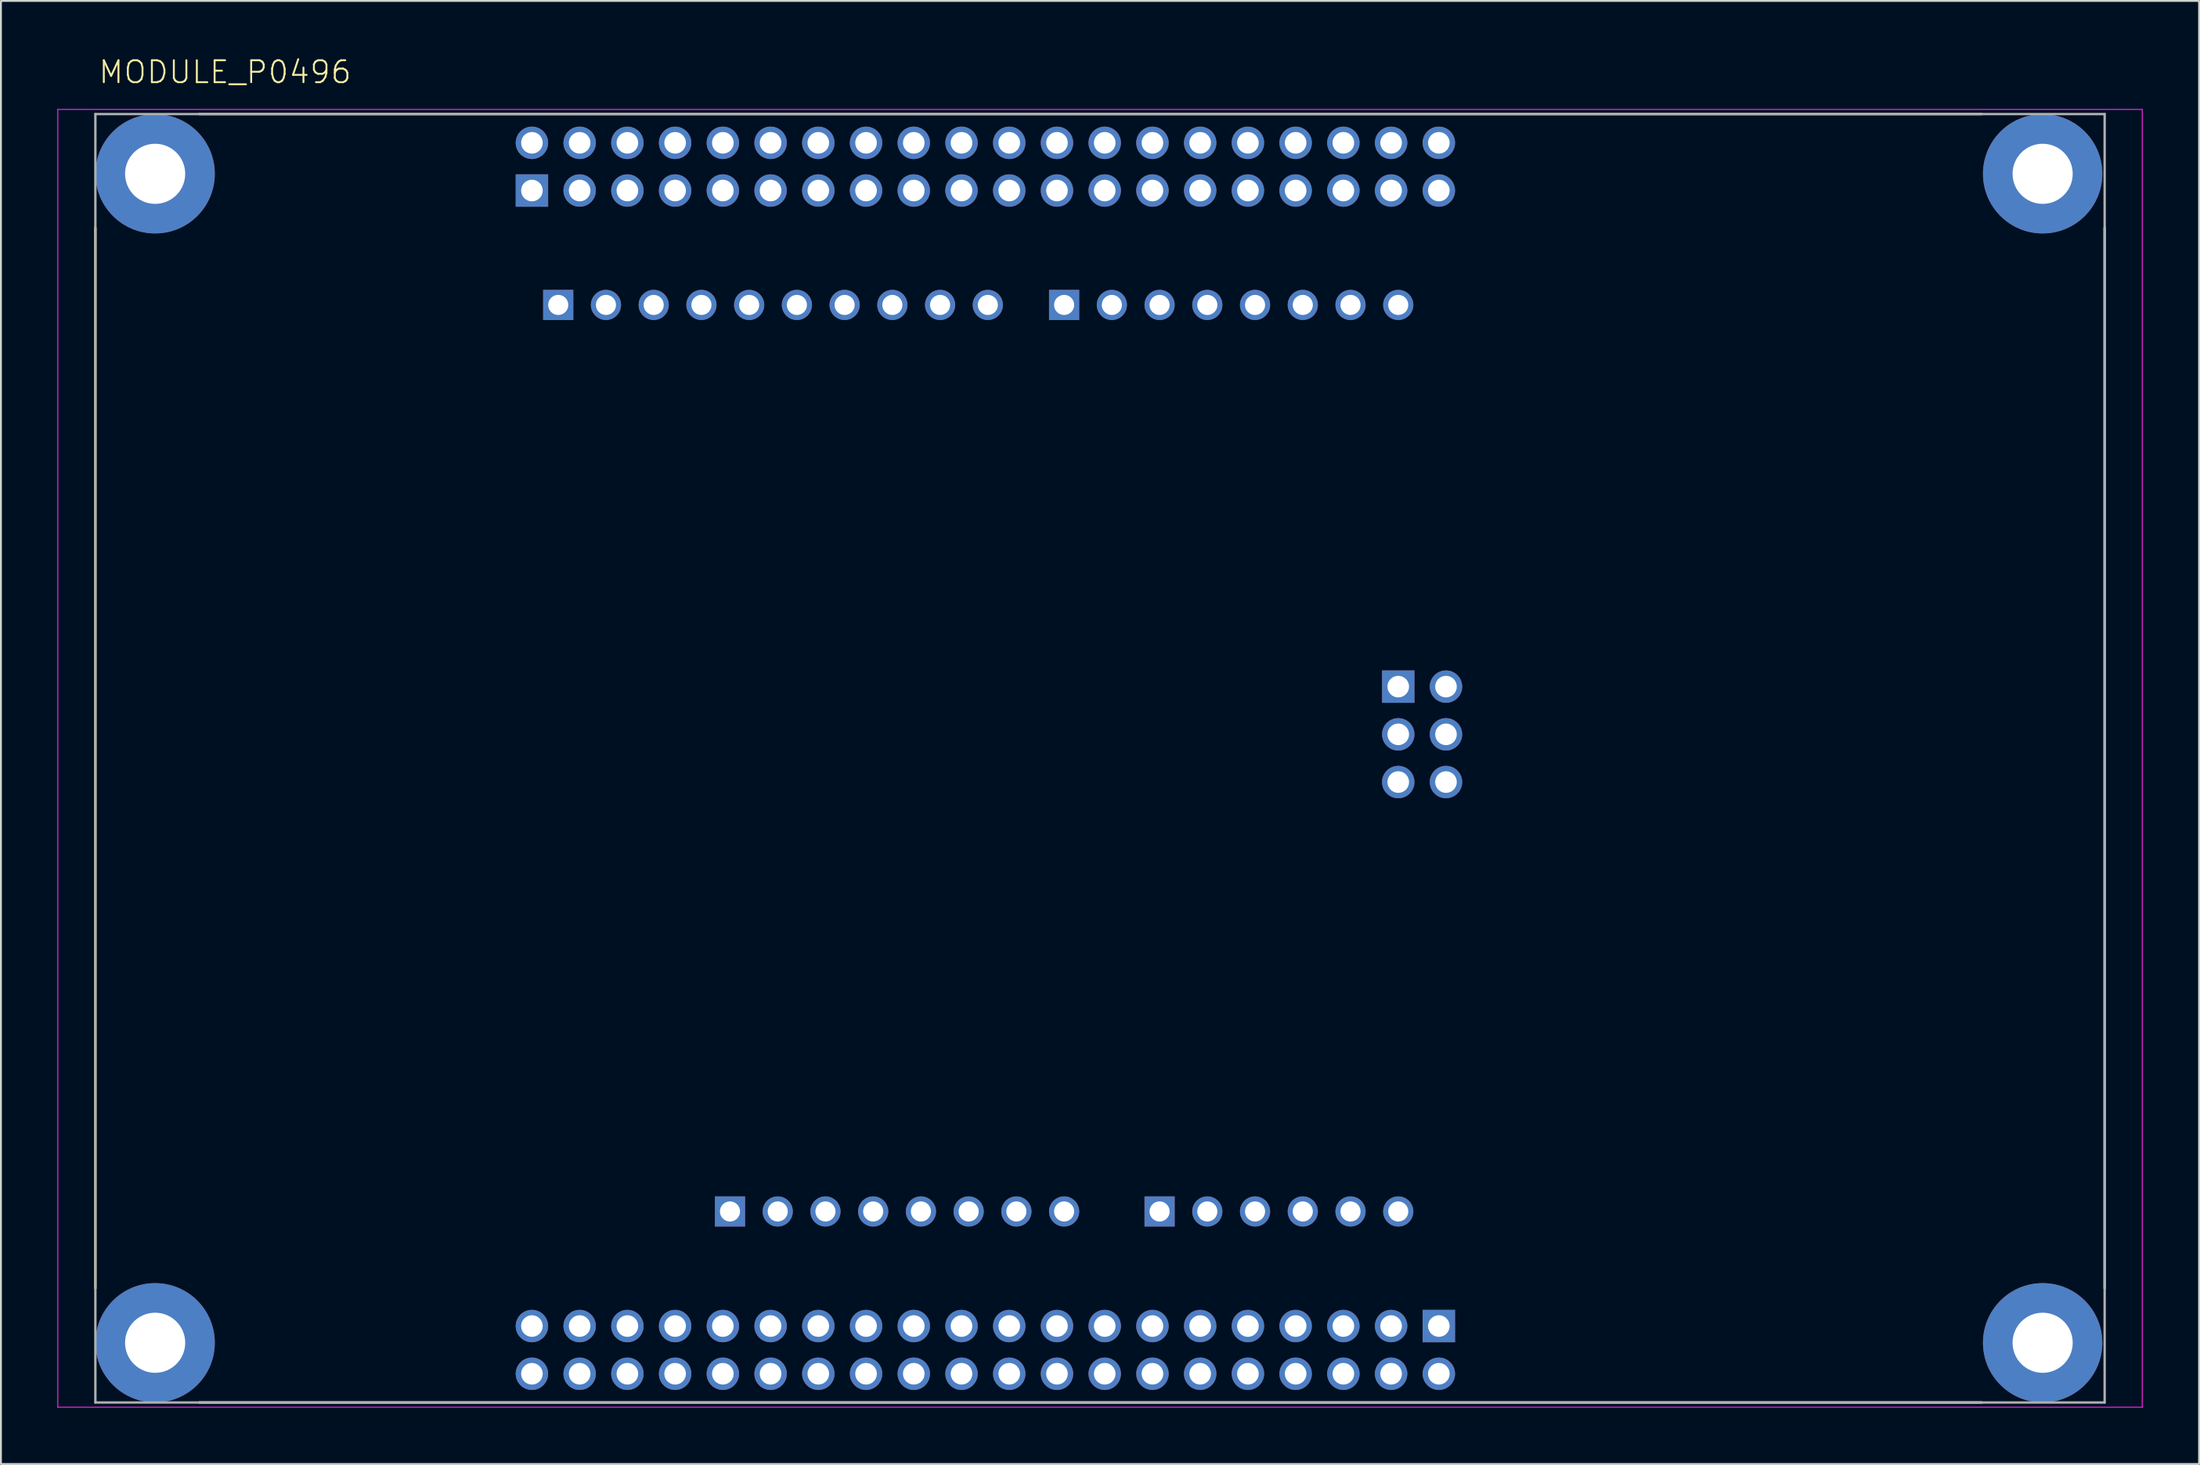
<source format=kicad_pcb>
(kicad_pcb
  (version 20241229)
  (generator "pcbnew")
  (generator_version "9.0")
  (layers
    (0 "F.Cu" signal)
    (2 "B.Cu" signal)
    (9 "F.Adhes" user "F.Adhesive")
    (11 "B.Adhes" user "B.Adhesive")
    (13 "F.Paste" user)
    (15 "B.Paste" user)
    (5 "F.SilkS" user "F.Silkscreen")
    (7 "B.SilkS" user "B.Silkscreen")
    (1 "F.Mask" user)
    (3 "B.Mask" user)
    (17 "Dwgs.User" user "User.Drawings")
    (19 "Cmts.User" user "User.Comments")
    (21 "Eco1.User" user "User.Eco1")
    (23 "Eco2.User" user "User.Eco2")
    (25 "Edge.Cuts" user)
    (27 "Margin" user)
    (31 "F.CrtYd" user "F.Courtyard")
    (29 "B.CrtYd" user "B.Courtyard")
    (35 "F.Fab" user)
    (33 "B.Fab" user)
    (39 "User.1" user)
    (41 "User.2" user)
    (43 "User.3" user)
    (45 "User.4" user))
  (footprint "MODULE_P0496"
    (layer "F.Cu")
    (at 5.205 68.433)
    (property "Reference" "MODULE_P0496" (at -3.076 -66.96 0) (unlocked yes) (layer "F.SilkS") (effects (font (size 1.168 1.168) (thickness 0.102)) (justify left bottom)))
    (fp_line (start -3.18 -59.35) (end -3.18 -2.9) (stroke (width 0.127) (type solid)) (layer "F.SilkS"))
    (fp_line (start 2.35 -65.41) (end 97.2 -65.41) (stroke (width 0.127) (type solid)) (layer "F.SilkS"))
    (fp_line (start 97.2 3.18) (end 2.35 3.18) (stroke (width 0.127) (type solid)) (layer "F.SilkS"))
    (fp_line (start 103.74 -2.9) (end 103.74 -59.35) (stroke (width 0.127) (type solid)) (layer "F.SilkS"))
    (fp_line (start -5.18 -65.66) (end -5.18 3.43) (stroke (width 0.05) (type solid)) (layer "F.CrtYd"))
    (fp_line (start -5.18 3.43) (end 105.74 3.43) (stroke (width 0.05) (type solid)) (layer "F.CrtYd"))
    (fp_line (start 105.74 -65.66) (end -5.18 -65.66) (stroke (width 0.05) (type solid)) (layer "F.CrtYd"))
    (fp_line (start 105.74 3.43) (end 105.74 -65.66) (stroke (width 0.05) (type solid)) (layer "F.CrtYd"))
    (fp_line (start -3.18 -65.41) (end 103.74 -65.41) (stroke (width 0.127) (type solid)) (layer "F.Fab"))
    (fp_line (start -3.18 3.18) (end -3.18 -65.41) (stroke (width 0.127) (type solid)) (layer "F.Fab"))
    (fp_line (start 103.74 -65.41) (end 103.74 3.18) (stroke (width 0.127) (type solid)) (layer "F.Fab"))
    (fp_line (start 103.74 3.18) (end -3.18 3.18) (stroke (width 0.127) (type solid)) (layer "F.Fab"))
    (pad "JP1_1" thru_hole rect (at 20.05 -61.34) (size 1.725 1.725) (drill 1.15) (layers "*.Cu" "*.Mask"))
    (pad "JP1_2" thru_hole circle (at 20.05 -63.88) (size 1.725 1.725) (drill 1.15) (layers "*.Cu" "*.Mask"))
    (pad "JP1_3" thru_hole circle (at 22.59 -61.34) (size 1.725 1.725) (drill 1.15) (layers "*.Cu" "*.Mask"))
    (pad "JP1_4" thru_hole circle (at 22.59 -63.88) (size 1.725 1.725) (drill 1.15) (layers "*.Cu" "*.Mask"))
    (pad "JP1_5" thru_hole circle (at 25.13 -61.34) (size 1.725 1.725) (drill 1.15) (layers "*.Cu" "*.Mask"))
    (pad "JP1_6" thru_hole circle (at 25.13 -63.88) (size 1.725 1.725) (drill 1.15) (layers "*.Cu" "*.Mask"))
    (pad "JP1_7" thru_hole circle (at 27.67 -61.34) (size 1.725 1.725) (drill 1.15) (layers "*.Cu" "*.Mask"))
    (pad "JP1_8" thru_hole circle (at 27.67 -63.88) (size 1.725 1.725) (drill 1.15) (layers "*.Cu" "*.Mask"))
    (pad "JP1_9" thru_hole circle (at 30.21 -61.34) (size 1.725 1.725) (drill 1.15) (layers "*.Cu" "*.Mask"))
    (pad "JP1_10" thru_hole circle (at 30.21 -63.88) (size 1.725 1.725) (drill 1.15) (layers "*.Cu" "*.Mask"))
    (pad "JP1_11" thru_hole circle (at 32.75 -61.34) (size 1.725 1.725) (drill 1.15) (layers "*.Cu" "*.Mask"))
    (pad "JP1_12" thru_hole circle (at 32.75 -63.88) (size 1.725 1.725) (drill 1.15) (layers "*.Cu" "*.Mask"))
    (pad "JP1_13" thru_hole circle (at 35.29 -61.34) (size 1.725 1.725) (drill 1.15) (layers "*.Cu" "*.Mask"))
    (pad "JP1_14" thru_hole circle (at 35.29 -63.88) (size 1.725 1.725) (drill 1.15) (layers "*.Cu" "*.Mask"))
    (pad "JP1_15" thru_hole circle (at 37.83 -61.34) (size 1.725 1.725) (drill 1.15) (layers "*.Cu" "*.Mask"))
    (pad "JP1_16" thru_hole circle (at 37.83 -63.88) (size 1.725 1.725) (drill 1.15) (layers "*.Cu" "*.Mask"))
    (pad "JP1_17" thru_hole circle (at 40.37 -61.34) (size 1.725 1.725) (drill 1.15) (layers "*.Cu" "*.Mask"))
    (pad "JP1_18" thru_hole circle (at 40.37 -63.88) (size 1.725 1.725) (drill 1.15) (layers "*.Cu" "*.Mask"))
    (pad "JP1_19" thru_hole circle (at 42.91 -61.34) (size 1.725 1.725) (drill 1.15) (layers "*.Cu" "*.Mask"))
    (pad "JP1_20" thru_hole circle (at 42.91 -63.88) (size 1.725 1.725) (drill 1.15) (layers "*.Cu" "*.Mask"))
    (pad "JP1_21" thru_hole circle (at 45.45 -61.34) (size 1.725 1.725) (drill 1.15) (layers "*.Cu" "*.Mask"))
    (pad "JP1_22" thru_hole circle (at 45.45 -63.88) (size 1.725 1.725) (drill 1.15) (layers "*.Cu" "*.Mask"))
    (pad "JP1_23" thru_hole circle (at 47.99 -61.34) (size 1.725 1.725) (drill 1.15) (layers "*.Cu" "*.Mask"))
    (pad "JP1_24" thru_hole circle (at 47.99 -63.88) (size 1.725 1.725) (drill 1.15) (layers "*.Cu" "*.Mask"))
    (pad "JP1_25" thru_hole circle (at 50.53 -61.34) (size 1.725 1.725) (drill 1.15) (layers "*.Cu" "*.Mask"))
    (pad "JP1_26" thru_hole circle (at 50.53 -63.88) (size 1.725 1.725) (drill 1.15) (layers "*.Cu" "*.Mask"))
    (pad "JP1_27" thru_hole circle (at 53.07 -61.34) (size 1.725 1.725) (drill 1.15) (layers "*.Cu" "*.Mask"))
    (pad "JP1_28" thru_hole circle (at 53.07 -63.88) (size 1.725 1.725) (drill 1.15) (layers "*.Cu" "*.Mask"))
    (pad "JP1_29" thru_hole circle (at 55.61 -61.34) (size 1.725 1.725) (drill 1.15) (layers "*.Cu" "*.Mask"))
    (pad "JP1_30" thru_hole circle (at 55.61 -63.88) (size 1.725 1.725) (drill 1.15) (layers "*.Cu" "*.Mask"))
    (pad "JP1_31" thru_hole circle (at 58.15 -61.34) (size 1.725 1.725) (drill 1.15) (layers "*.Cu" "*.Mask"))
    (pad "JP1_32" thru_hole circle (at 58.15 -63.88) (size 1.725 1.725) (drill 1.15) (layers "*.Cu" "*.Mask"))
    (pad "JP1_33" thru_hole circle (at 60.69 -61.34) (size 1.725 1.725) (drill 1.15) (layers "*.Cu" "*.Mask"))
    (pad "JP1_34" thru_hole circle (at 60.69 -63.88) (size 1.725 1.725) (drill 1.15) (layers "*.Cu" "*.Mask"))
    (pad "JP1_35" thru_hole circle (at 63.23 -61.34) (size 1.725 1.725) (drill 1.15) (layers "*.Cu" "*.Mask"))
    (pad "JP1_36" thru_hole circle (at 63.23 -63.88) (size 1.725 1.725) (drill 1.15) (layers "*.Cu" "*.Mask"))
    (pad "JP1_37" thru_hole circle (at 65.77 -61.34) (size 1.725 1.725) (drill 1.15) (layers "*.Cu" "*.Mask"))
    (pad "JP1_38" thru_hole circle (at 65.77 -63.88) (size 1.725 1.725) (drill 1.15) (layers "*.Cu" "*.Mask"))
    (pad "JP1_39" thru_hole circle (at 68.31 -61.34) (size 1.725 1.725) (drill 1.15) (layers "*.Cu" "*.Mask"))
    (pad "JP1_40" thru_hole circle (at 68.31 -63.88) (size 1.725 1.725) (drill 1.15) (layers "*.Cu" "*.Mask"))
    (pad "JP2_1" thru_hole rect (at 21.45 -55.25) (size 1.605 1.605) (drill 1.07) (layers "*.Cu" "*.Mask"))
    (pad "JP2_2" thru_hole circle (at 23.99 -55.25) (size 1.605 1.605) (drill 1.07) (layers "*.Cu" "*.Mask"))
    (pad "JP2_3" thru_hole circle (at 26.53 -55.25) (size 1.605 1.605) (drill 1.07) (layers "*.Cu" "*.Mask"))
    (pad "JP2_4" thru_hole circle (at 29.07 -55.25) (size 1.605 1.605) (drill 1.07) (layers "*.Cu" "*.Mask"))
    (pad "JP2_5" thru_hole circle (at 31.61 -55.25) (size 1.605 1.605) (drill 1.07) (layers "*.Cu" "*.Mask"))
    (pad "JP2_6" thru_hole circle (at 34.15 -55.25) (size 1.605 1.605) (drill 1.07) (layers "*.Cu" "*.Mask"))
    (pad "JP2_7" thru_hole circle (at 36.69 -55.25) (size 1.605 1.605) (drill 1.07) (layers "*.Cu" "*.Mask"))
    (pad "JP2_8" thru_hole circle (at 39.23 -55.25) (size 1.605 1.605) (drill 1.07) (layers "*.Cu" "*.Mask"))
    (pad "JP2_9" thru_hole circle (at 41.77 -55.25) (size 1.605 1.605) (drill 1.07) (layers "*.Cu" "*.Mask"))
    (pad "JP2_10" thru_hole circle (at 44.31 -55.25) (size 1.605 1.605) (drill 1.07) (layers "*.Cu" "*.Mask"))
    (pad "JP3_1" thru_hole rect (at 48.37 -55.25) (size 1.605 1.605) (drill 1.07) (layers "*.Cu" "*.Mask"))
    (pad "JP3_2" thru_hole circle (at 50.91 -55.25) (size 1.605 1.605) (drill 1.07) (layers "*.Cu" "*.Mask"))
    (pad "JP3_3" thru_hole circle (at 53.45 -55.25) (size 1.605 1.605) (drill 1.07) (layers "*.Cu" "*.Mask"))
    (pad "JP3_4" thru_hole circle (at 55.99 -55.25) (size 1.605 1.605) (drill 1.07) (layers "*.Cu" "*.Mask"))
    (pad "JP3_5" thru_hole circle (at 58.53 -55.25) (size 1.605 1.605) (drill 1.07) (layers "*.Cu" "*.Mask"))
    (pad "JP3_6" thru_hole circle (at 61.07 -55.25) (size 1.605 1.605) (drill 1.07) (layers "*.Cu" "*.Mask"))
    (pad "JP3_7" thru_hole circle (at 63.61 -55.25) (size 1.605 1.605) (drill 1.07) (layers "*.Cu" "*.Mask"))
    (pad "JP3_8" thru_hole circle (at 66.15 -55.25) (size 1.605 1.605) (drill 1.07) (layers "*.Cu" "*.Mask"))
    (pad "JP4_1" thru_hole rect (at 66.15 -34.93) (size 1.725 1.725) (drill 1.15) (layers "*.Cu" "*.Mask"))
    (pad "JP4_2" thru_hole circle (at 68.69 -34.93) (size 1.725 1.725) (drill 1.15) (layers "*.Cu" "*.Mask"))
    (pad "JP4_3" thru_hole circle (at 66.15 -32.39) (size 1.725 1.725) (drill 1.15) (layers "*.Cu" "*.Mask"))
    (pad "JP4_4" thru_hole circle (at 68.69 -32.39) (size 1.725 1.725) (drill 1.15) (layers "*.Cu" "*.Mask"))
    (pad "JP4_5" thru_hole circle (at 66.15 -29.85) (size 1.725 1.725) (drill 1.15) (layers "*.Cu" "*.Mask"))
    (pad "JP4_6" thru_hole circle (at 68.69 -29.85) (size 1.725 1.725) (drill 1.15) (layers "*.Cu" "*.Mask"))
    (pad "JP5_1" thru_hole rect (at 30.59 -6.99) (size 1.605 1.605) (drill 1.07) (layers "*.Cu" "*.Mask"))
    (pad "JP5_2" thru_hole circle (at 33.13 -6.99) (size 1.605 1.605) (drill 1.07) (layers "*.Cu" "*.Mask"))
    (pad "JP5_3" thru_hole circle (at 35.67 -6.99) (size 1.605 1.605) (drill 1.07) (layers "*.Cu" "*.Mask"))
    (pad "JP5_4" thru_hole circle (at 38.21 -6.99) (size 1.605 1.605) (drill 1.07) (layers "*.Cu" "*.Mask"))
    (pad "JP5_5" thru_hole circle (at 40.75 -6.99) (size 1.605 1.605) (drill 1.07) (layers "*.Cu" "*.Mask"))
    (pad "JP5_6" thru_hole circle (at 43.29 -6.99) (size 1.605 1.605) (drill 1.07) (layers "*.Cu" "*.Mask"))
    (pad "JP5_7" thru_hole circle (at 45.83 -6.99) (size 1.605 1.605) (drill 1.07) (layers "*.Cu" "*.Mask"))
    (pad "JP5_8" thru_hole circle (at 48.37 -6.99) (size 1.605 1.605) (drill 1.07) (layers "*.Cu" "*.Mask"))
    (pad "JP6_1" thru_hole rect (at 53.45 -6.99) (size 1.605 1.605) (drill 1.07) (layers "*.Cu" "*.Mask"))
    (pad "JP6_2" thru_hole circle (at 55.99 -6.99) (size 1.605 1.605) (drill 1.07) (layers "*.Cu" "*.Mask"))
    (pad "JP6_3" thru_hole circle (at 58.53 -6.99) (size 1.605 1.605) (drill 1.07) (layers "*.Cu" "*.Mask"))
    (pad "JP6_4" thru_hole circle (at 61.07 -6.99) (size 1.605 1.605) (drill 1.07) (layers "*.Cu" "*.Mask"))
    (pad "JP6_5" thru_hole circle (at 63.61 -6.99) (size 1.605 1.605) (drill 1.07) (layers "*.Cu" "*.Mask"))
    (pad "JP6_6" thru_hole circle (at 66.15 -6.99) (size 1.605 1.605) (drill 1.07) (layers "*.Cu" "*.Mask"))
    (pad "JP7_1" thru_hole rect (at 68.31 -0.89) (size 1.725 1.725) (drill 1.15) (layers "*.Cu" "*.Mask"))
    (pad "JP7_2" thru_hole circle (at 68.31 1.65) (size 1.725 1.725) (drill 1.15) (layers "*.Cu" "*.Mask"))
    (pad "JP7_3" thru_hole circle (at 65.77 -0.89) (size 1.725 1.725) (drill 1.15) (layers "*.Cu" "*.Mask"))
    (pad "JP7_4" thru_hole circle (at 65.77 1.65) (size 1.725 1.725) (drill 1.15) (layers "*.Cu" "*.Mask"))
    (pad "JP7_5" thru_hole circle (at 63.23 -0.89) (size 1.725 1.725) (drill 1.15) (layers "*.Cu" "*.Mask"))
    (pad "JP7_6" thru_hole circle (at 63.23 1.65) (size 1.725 1.725) (drill 1.15) (layers "*.Cu" "*.Mask"))
    (pad "JP7_7" thru_hole circle (at 60.69 -0.89) (size 1.725 1.725) (drill 1.15) (layers "*.Cu" "*.Mask"))
    (pad "JP7_8" thru_hole circle (at 60.69 1.65) (size 1.725 1.725) (drill 1.15) (layers "*.Cu" "*.Mask"))
    (pad "JP7_9" thru_hole circle (at 58.15 -0.89) (size 1.725 1.725) (drill 1.15) (layers "*.Cu" "*.Mask"))
    (pad "JP7_10" thru_hole circle (at 58.15 1.65) (size 1.725 1.725) (drill 1.15) (layers "*.Cu" "*.Mask"))
    (pad "JP7_11" thru_hole circle (at 55.61 -0.89) (size 1.725 1.725) (drill 1.15) (layers "*.Cu" "*.Mask"))
    (pad "JP7_12" thru_hole circle (at 55.61 1.65) (size 1.725 1.725) (drill 1.15) (layers "*.Cu" "*.Mask"))
    (pad "JP7_13" thru_hole circle (at 53.07 -0.89) (size 1.725 1.725) (drill 1.15) (layers "*.Cu" "*.Mask"))
    (pad "JP7_14" thru_hole circle (at 53.07 1.65) (size 1.725 1.725) (drill 1.15) (layers "*.Cu" "*.Mask"))
    (pad "JP7_15" thru_hole circle (at 50.53 -0.89) (size 1.725 1.725) (drill 1.15) (layers "*.Cu" "*.Mask"))
    (pad "JP7_16" thru_hole circle (at 50.53 1.65) (size 1.725 1.725) (drill 1.15) (layers "*.Cu" "*.Mask"))
    (pad "JP7_17" thru_hole circle (at 47.99 -0.89) (size 1.725 1.725) (drill 1.15) (layers "*.Cu" "*.Mask"))
    (pad "JP7_18" thru_hole circle (at 47.99 1.65) (size 1.725 1.725) (drill 1.15) (layers "*.Cu" "*.Mask"))
    (pad "JP7_19" thru_hole circle (at 45.45 -0.89) (size 1.725 1.725) (drill 1.15) (layers "*.Cu" "*.Mask"))
    (pad "JP7_20" thru_hole circle (at 45.45 1.65) (size 1.725 1.725) (drill 1.15) (layers "*.Cu" "*.Mask"))
    (pad "JP7_21" thru_hole circle (at 42.91 -0.89) (size 1.725 1.725) (drill 1.15) (layers "*.Cu" "*.Mask"))
    (pad "JP7_22" thru_hole circle (at 42.91 1.65) (size 1.725 1.725) (drill 1.15) (layers "*.Cu" "*.Mask"))
    (pad "JP7_23" thru_hole circle (at 40.37 -0.89) (size 1.725 1.725) (drill 1.15) (layers "*.Cu" "*.Mask"))
    (pad "JP7_24" thru_hole circle (at 40.37 1.65) (size 1.725 1.725) (drill 1.15) (layers "*.Cu" "*.Mask"))
    (pad "JP7_25" thru_hole circle (at 37.83 -0.89) (size 1.725 1.725) (drill 1.15) (layers "*.Cu" "*.Mask"))
    (pad "JP7_26" thru_hole circle (at 37.83 1.65) (size 1.725 1.725) (drill 1.15) (layers "*.Cu" "*.Mask"))
    (pad "JP7_27" thru_hole circle (at 35.29 -0.89) (size 1.725 1.725) (drill 1.15) (layers "*.Cu" "*.Mask"))
    (pad "JP7_28" thru_hole circle (at 35.29 1.65) (size 1.725 1.725) (drill 1.15) (layers "*.Cu" "*.Mask"))
    (pad "JP7_29" thru_hole circle (at 32.75 -0.89) (size 1.725 1.725) (drill 1.15) (layers "*.Cu" "*.Mask"))
    (pad "JP7_30" thru_hole circle (at 32.75 1.65) (size 1.725 1.725) (drill 1.15) (layers "*.Cu" "*.Mask"))
    (pad "JP7_31" thru_hole circle (at 30.21 -0.89) (size 1.725 1.725) (drill 1.15) (layers "*.Cu" "*.Mask"))
    (pad "JP7_32" thru_hole circle (at 30.21 1.65) (size 1.725 1.725) (drill 1.15) (layers "*.Cu" "*.Mask"))
    (pad "JP7_33" thru_hole circle (at 27.67 -0.89) (size 1.725 1.725) (drill 1.15) (layers "*.Cu" "*.Mask"))
    (pad "JP7_34" thru_hole circle (at 27.67 1.65) (size 1.725 1.725) (drill 1.15) (layers "*.Cu" "*.Mask"))
    (pad "JP7_35" thru_hole circle (at 25.13 -0.89) (size 1.725 1.725) (drill 1.15) (layers "*.Cu" "*.Mask"))
    (pad "JP7_36" thru_hole circle (at 25.13 1.65) (size 1.725 1.725) (drill 1.15) (layers "*.Cu" "*.Mask"))
    (pad "JP7_37" thru_hole circle (at 22.59 -0.89) (size 1.725 1.725) (drill 1.15) (layers "*.Cu" "*.Mask"))
    (pad "JP7_38" thru_hole circle (at 22.59 1.65) (size 1.725 1.725) (drill 1.15) (layers "*.Cu" "*.Mask"))
    (pad "JP7_39" thru_hole circle (at 20.05 -0.89) (size 1.725 1.725) (drill 1.15) (layers "*.Cu" "*.Mask"))
    (pad "JP7_40" thru_hole circle (at 20.05 1.65) (size 1.725 1.725) (drill 1.15) (layers "*.Cu" "*.Mask"))
    (pad "SH1" thru_hole circle (at 0 0) (size 6.35 6.35) (drill 3.2) (layers "*.Cu" "*.Mask"))
    (pad "SH2" thru_hole circle (at 100.44 0) (size 6.35 6.35) (drill 3.2) (layers "*.Cu" "*.Mask"))
    (pad "SH3" thru_hole circle (at 0 -62.23) (size 6.35 6.35) (drill 3.2) (layers "*.Cu" "*.Mask"))
    (pad "SH4" thru_hole circle (at 100.44 -62.23) (size 6.35 6.35) (drill 3.2) (layers "*.Cu" "*.Mask")))
  (gr_rect
    (start -3 -3)
    (end 113.97 74.888)
    (stroke (width 0.1) (type default))
    (fill no)
    (layer "Edge.Cuts")))
</source>
